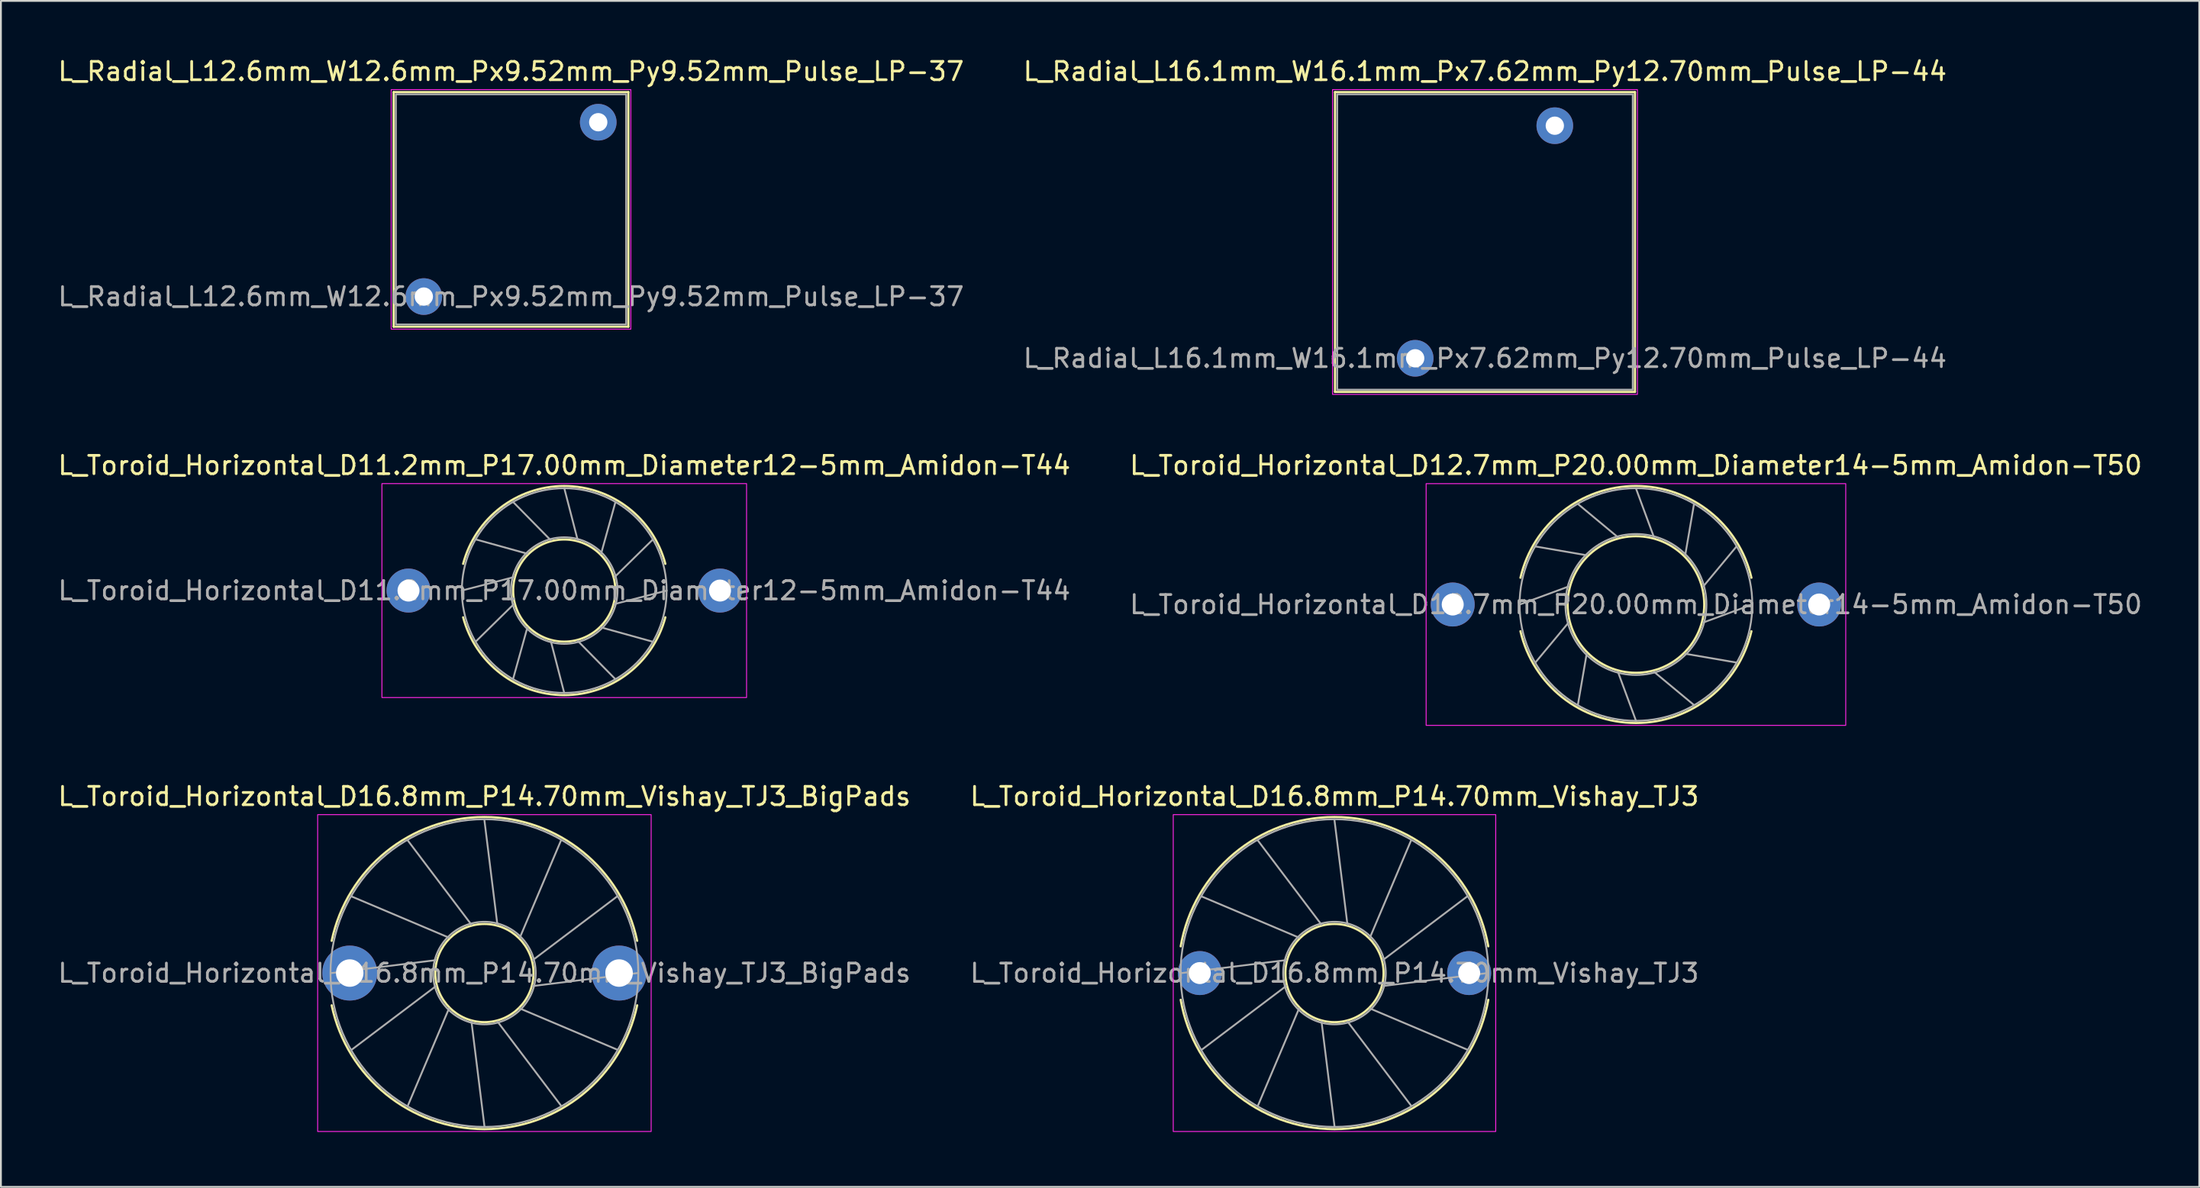
<source format=kicad_pcb>
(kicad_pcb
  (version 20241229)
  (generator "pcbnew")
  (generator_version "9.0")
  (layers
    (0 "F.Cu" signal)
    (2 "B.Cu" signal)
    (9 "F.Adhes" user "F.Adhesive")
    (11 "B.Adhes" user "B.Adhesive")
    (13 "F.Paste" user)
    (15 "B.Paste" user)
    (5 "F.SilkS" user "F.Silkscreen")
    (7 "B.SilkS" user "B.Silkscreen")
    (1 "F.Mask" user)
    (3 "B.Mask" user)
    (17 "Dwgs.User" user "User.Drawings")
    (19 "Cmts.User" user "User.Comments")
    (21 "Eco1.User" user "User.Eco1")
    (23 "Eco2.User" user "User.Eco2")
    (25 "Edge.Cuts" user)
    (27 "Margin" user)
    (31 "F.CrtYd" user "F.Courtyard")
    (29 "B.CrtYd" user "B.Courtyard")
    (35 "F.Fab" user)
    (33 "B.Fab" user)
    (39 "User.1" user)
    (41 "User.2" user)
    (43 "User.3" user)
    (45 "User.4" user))
  (footprint "L_Radial_L12.6mm_W12.6mm_Px9.52mm_Py9.52mm_Pulse_LP-37"
    (layer "F.Cu")
    (at 20.079 13.143)
    (property "Reference" "L_Radial_L12.6mm_W12.6mm_Px9.52mm_Py9.52mm_Pulse_LP-37" (at 4.76 -12.295 0) (layer "F.SilkS") (effects (font (size 1 1) (thickness 0.15))))
    (attr through_hole)
    (fp_line (start -1.645 -11.165) (end 11.165 -11.165) (stroke (width 0.12) (type solid)) (layer "F.SilkS"))
    (fp_line (start -1.645 1.645) (end -1.645 -11.165) (stroke (width 0.12) (type solid)) (layer "F.SilkS"))
    (fp_line (start 11.165 -11.165) (end 11.165 1.645) (stroke (width 0.12) (type solid)) (layer "F.SilkS"))
    (fp_line (start 11.165 1.645) (end -1.645 1.645) (stroke (width 0.12) (type solid)) (layer "F.SilkS"))
    (fp_rect (start -1.78 -11.3) (end 11.3 1.78) (stroke (width 0.05) (type solid)) (fill no) (layer "F.CrtYd"))
    (fp_rect (start -1.525 -11.045) (end 11.045 1.525) (stroke (width 0.1) (type solid)) (fill no) (layer "F.Fab"))
    (fp_text user "${REFERENCE}" (at 4.76 0 0) (layer "F.Fab") (effects (font (size 1 1) (thickness 0.15))))
    (pad "1" thru_hole circle (at 0 0) (size 2 2) (drill 1) (layers "*.Cu" "*.Mask"))
    (pad "2" thru_hole circle (at 9.52 -9.52) (size 2 2) (drill 1) (layers "*.Cu" "*.Mask")))
  (footprint "L_Toroid_Horizontal_D16.8mm_P14.70mm_Vishay_TJ3"
    (layer "F.Cu")
    (at 62.43 50.08)
    (property "Reference" "L_Toroid_Horizontal_D16.8mm_P14.70mm_Vishay_TJ3" (at 7.35 -9.65 0) (layer "F.SilkS") (effects (font (size 1 1) (thickness 0.15))))
    (attr through_hole)
    (fp_arc (start -1.043974 -1.46) (mid 7.35 -8.52) (end 15.743974 -1.46) (stroke (width 0.12) (type solid)) (layer "F.SilkS"))
    (fp_arc (start 15.743974 1.46) (mid 7.35 8.52) (end -1.043974 1.46) (stroke (width 0.12) (type solid)) (layer "F.SilkS"))
    (fp_circle (center 7.35 0) (end 10.03 0) (stroke (width 0.12) (type solid)) (fill no) (layer "F.SilkS"))
    (fp_rect (start -1.45 -8.65) (end 16.15 8.65) (stroke (width 0.05) (type solid)) (fill no) (layer "F.CrtYd"))
    (fp_line (start -1 0) (end 4.71 -0.708) (stroke (width 0.1) (type solid)) (layer "F.Fab"))
    (fp_line (start 0.119 -4.175) (end 5.417 -1.933) (stroke (width 0.1) (type solid)) (layer "F.Fab"))
    (fp_line (start 0.119 4.175) (end 4.71 0.708) (stroke (width 0.1) (type solid)) (layer "F.Fab"))
    (fp_line (start 3.175 -7.231) (end 6.642 -2.64) (stroke (width 0.1) (type solid)) (layer "F.Fab"))
    (fp_line (start 3.175 7.231) (end 5.417 1.933) (stroke (width 0.1) (type solid)) (layer "F.Fab"))
    (fp_line (start 7.35 -8.35) (end 8.058 -2.64) (stroke (width 0.1) (type solid)) (layer "F.Fab"))
    (fp_line (start 7.35 8.35) (end 6.642 2.64) (stroke (width 0.1) (type solid)) (layer "F.Fab"))
    (fp_line (start 11.525 -7.231) (end 9.283 -1.933) (stroke (width 0.1) (type solid)) (layer "F.Fab"))
    (fp_line (start 11.525 7.231) (end 8.058 2.64) (stroke (width 0.1) (type solid)) (layer "F.Fab"))
    (fp_line (start 14.581 -4.175) (end 9.99 -0.708) (stroke (width 0.1) (type solid)) (layer "F.Fab"))
    (fp_line (start 14.581 4.175) (end 9.283 1.933) (stroke (width 0.1) (type solid)) (layer "F.Fab"))
    (fp_line (start 15.7 0) (end 9.99 0.708) (stroke (width 0.1) (type solid)) (layer "F.Fab"))
    (fp_circle (center 7.35 0) (end 10.15 0) (stroke (width 0.1) (type solid)) (fill no) (layer "F.Fab"))
    (fp_circle (center 7.35 0) (end 15.75 0) (stroke (width 0.1) (type solid)) (fill no) (layer "F.Fab"))
    (fp_text user "${REFERENCE}" (at 7.35 0 0) (layer "F.Fab") (effects (font (size 1 1) (thickness 0.15))))
    (pad "1" thru_hole circle (at 0 0) (size 2.4 2.4) (drill 1.2) (layers "*.Cu" "*.Mask"))
    (pad "2" thru_hole circle (at 14.7 0) (size 2.4 2.4) (drill 1.2) (layers "*.Cu" "*.Mask")))
  (footprint "L_Toroid_Horizontal_D12.7mm_P20.00mm_Diameter14-5mm_Amidon-T50"
    (layer "F.Cu")
    (at 76.232 29.956)
    (property "Reference" "L_Toroid_Horizontal_D12.7mm_P20.00mm_Diameter14-5mm_Amidon-T50" (at 10 -7.6 0) (layer "F.SilkS") (effects (font (size 1 1) (thickness 0.15))))
    (attr through_hole)
    (fp_arc (start 3.696882 -1.46) (mid 10 -6.47) (end 16.303118 -1.46) (stroke (width 0.12) (type solid)) (layer "F.SilkS"))
    (fp_arc (start 16.303118 1.46) (mid 10 6.47) (end 3.696882 1.46) (stroke (width 0.12) (type solid)) (layer "F.SilkS"))
    (fp_circle (center 10 0) (end 13.728 0) (stroke (width 0.12) (type solid)) (fill no) (layer "F.SilkS"))
    (fp_rect (start -1.45 -6.6) (end 21.45 6.6) (stroke (width 0.05) (type solid)) (fill no) (layer "F.CrtYd"))
    (fp_line (start 3.659 0) (end 6.327 -0.984) (stroke (width 0.1) (type solid)) (layer "F.Fab"))
    (fp_line (start 4.509 -3.17) (end 7.311 -2.689) (stroke (width 0.1) (type solid)) (layer "F.Fab"))
    (fp_line (start 4.509 3.17) (end 6.327 0.984) (stroke (width 0.1) (type solid)) (layer "F.Fab"))
    (fp_line (start 6.83 -5.491) (end 9.016 -3.673) (stroke (width 0.1) (type solid)) (layer "F.Fab"))
    (fp_line (start 6.83 5.491) (end 7.311 2.689) (stroke (width 0.1) (type solid)) (layer "F.Fab"))
    (fp_line (start 10 -6.341) (end 10.984 -3.673) (stroke (width 0.1) (type solid)) (layer "F.Fab"))
    (fp_line (start 10 6.341) (end 9.016 3.673) (stroke (width 0.1) (type solid)) (layer "F.Fab"))
    (fp_line (start 13.17 -5.491) (end 12.689 -2.689) (stroke (width 0.1) (type solid)) (layer "F.Fab"))
    (fp_line (start 13.17 5.491) (end 10.984 3.673) (stroke (width 0.1) (type solid)) (layer "F.Fab"))
    (fp_line (start 15.491 -3.17) (end 13.673 -0.984) (stroke (width 0.1) (type solid)) (layer "F.Fab"))
    (fp_line (start 15.491 3.17) (end 12.689 2.689) (stroke (width 0.1) (type solid)) (layer "F.Fab"))
    (fp_line (start 16.341 0) (end 13.673 0.984) (stroke (width 0.1) (type solid)) (layer "F.Fab"))
    (fp_circle (center 10 0) (end 13.848 0) (stroke (width 0.1) (type solid)) (fill no) (layer "F.Fab"))
    (fp_circle (center 10 0) (end 16.35 0) (stroke (width 0.1) (type solid)) (fill no) (layer "F.Fab"))
    (fp_text user "${REFERENCE}" (at 10 0 0) (layer "F.Fab") (effects (font (size 1 1) (thickness 0.15))))
    (pad "1" thru_hole circle (at 0 0) (size 2.4 2.4) (drill 1.2) (layers "*.Cu" "*.Mask"))
    (pad "2" thru_hole circle (at 20 0) (size 2.4 2.4) (drill 1.2) (layers "*.Cu" "*.Mask")))
  (footprint "L_Toroid_Horizontal_D11.2mm_P17.00mm_Diameter12-5mm_Amidon-T44"
    (layer "F.Cu")
    (at 19.244 29.195)
    (property "Reference" "L_Toroid_Horizontal_D11.2mm_P17.00mm_Diameter12-5mm_Amidon-T44" (at 8.5 -6.838 0) (layer "F.SilkS") (effects (font (size 1 1) (thickness 0.15))))
    (attr through_hole)
    (fp_arc (start 2.981879 -1.46) (mid 8.5 -5.708) (end 14.018121 -1.46) (stroke (width 0.12) (type solid)) (layer "F.SilkS"))
    (fp_arc (start 14.018121 1.46) (mid 8.5 5.708) (end 2.981879 1.46) (stroke (width 0.12) (type solid)) (layer "F.SilkS"))
    (fp_circle (center 8.5 0) (end 11.288 0) (stroke (width 0.12) (type solid)) (fill no) (layer "F.SilkS"))
    (fp_rect (start -1.45 -5.84) (end 18.45 5.84) (stroke (width 0.05) (type solid)) (fill no) (layer "F.CrtYd"))
    (fp_line (start 2.906 0) (end 5.753 -0.736) (stroke (width 0.1) (type solid)) (layer "F.Fab"))
    (fp_line (start 3.656 -2.797) (end 6.489 -2.011) (stroke (width 0.1) (type solid)) (layer "F.Fab"))
    (fp_line (start 3.656 2.797) (end 5.753 0.736) (stroke (width 0.1) (type solid)) (layer "F.Fab"))
    (fp_line (start 5.703 -4.844) (end 7.764 -2.747) (stroke (width 0.1) (type solid)) (layer "F.Fab"))
    (fp_line (start 5.703 4.844) (end 6.489 2.011) (stroke (width 0.1) (type solid)) (layer "F.Fab"))
    (fp_line (start 8.5 -5.594) (end 9.236 -2.747) (stroke (width 0.1) (type solid)) (layer "F.Fab"))
    (fp_line (start 8.5 5.594) (end 7.764 2.747) (stroke (width 0.1) (type solid)) (layer "F.Fab"))
    (fp_line (start 11.297 -4.844) (end 10.511 -2.011) (stroke (width 0.1) (type solid)) (layer "F.Fab"))
    (fp_line (start 11.297 4.844) (end 9.236 2.747) (stroke (width 0.1) (type solid)) (layer "F.Fab"))
    (fp_line (start 13.344 -2.797) (end 11.247 -0.736) (stroke (width 0.1) (type solid)) (layer "F.Fab"))
    (fp_line (start 13.344 2.797) (end 10.511 2.011) (stroke (width 0.1) (type solid)) (layer "F.Fab"))
    (fp_line (start 14.094 0) (end 11.247 0.736) (stroke (width 0.1) (type solid)) (layer "F.Fab"))
    (fp_circle (center 8.5 0) (end 11.408 0) (stroke (width 0.1) (type solid)) (fill no) (layer "F.Fab"))
    (fp_circle (center 8.5 0) (end 14.088 0) (stroke (width 0.1) (type solid)) (fill no) (layer "F.Fab"))
    (fp_text user "${REFERENCE}" (at 8.5 0 0) (layer "F.Fab") (effects (font (size 1 1) (thickness 0.15))))
    (pad "1" thru_hole circle (at 0 0) (size 2.4 2.4) (drill 1.2) (layers "*.Cu" "*.Mask"))
    (pad "2" thru_hole circle (at 17 0) (size 2.4 2.4) (drill 1.2) (layers "*.Cu" "*.Mask")))
  (footprint "L_Radial_L16.1mm_W16.1mm_Px7.62mm_Py12.70mm_Pulse_LP-44"
    (layer "F.Cu")
    (at 74.184 16.513)
    (property "Reference" "L_Radial_L16.1mm_W16.1mm_Px7.62mm_Py12.70mm_Pulse_LP-44" (at 3.81 -15.665 0) (layer "F.SilkS") (effects (font (size 1 1) (thickness 0.15))))
    (attr through_hole)
    (fp_line (start -4.375 -14.535) (end 11.995 -14.535) (stroke (width 0.12) (type solid)) (layer "F.SilkS"))
    (fp_line (start -4.375 1.835) (end -4.375 -14.535) (stroke (width 0.12) (type solid)) (layer "F.SilkS"))
    (fp_line (start 11.995 -14.535) (end 11.995 1.835) (stroke (width 0.12) (type solid)) (layer "F.SilkS"))
    (fp_line (start 11.995 1.835) (end -4.375 1.835) (stroke (width 0.12) (type solid)) (layer "F.SilkS"))
    (fp_rect (start -4.51 -14.67) (end 12.13 1.97) (stroke (width 0.05) (type solid)) (fill no) (layer "F.CrtYd"))
    (fp_rect (start -4.255 -14.415) (end 11.875 1.715) (stroke (width 0.1) (type solid)) (fill no) (layer "F.Fab"))
    (fp_text user "${REFERENCE}" (at 3.81 0 0) (layer "F.Fab") (effects (font (size 1 1) (thickness 0.15))))
    (pad "1" thru_hole circle (at 0 0) (size 2 2) (drill 1) (layers "*.Cu" "*.Mask"))
    (pad "2" thru_hole circle (at 7.62 -12.7) (size 2 2) (drill 1) (layers "*.Cu" "*.Mask")))
  (footprint "L_Toroid_Horizontal_D16.8mm_P14.70mm_Vishay_TJ3_BigPads"
    (layer "F.Cu")
    (at 16.037 50.08)
    (property "Reference" "L_Toroid_Horizontal_D16.8mm_P14.70mm_Vishay_TJ3_BigPads" (at 7.35 -9.65 0) (layer "F.SilkS") (effects (font (size 1 1) (thickness 0.15))))
    (attr through_hole)
    (fp_arc (start -0.986234 -1.76) (mid 7.35 -8.52) (end 15.686234 -1.76) (stroke (width 0.12) (type solid)) (layer "F.SilkS"))
    (fp_arc (start 15.686234 1.76) (mid 7.35 8.52) (end -0.986234 1.76) (stroke (width 0.12) (type solid)) (layer "F.SilkS"))
    (fp_circle (center 7.35 0) (end 10.03 0) (stroke (width 0.12) (type solid)) (fill no) (layer "F.SilkS"))
    (fp_rect (start -1.75 -8.65) (end 16.45 8.65) (stroke (width 0.05) (type solid)) (fill no) (layer "F.CrtYd"))
    (fp_line (start -1 0) (end 4.71 -0.708) (stroke (width 0.1) (type solid)) (layer "F.Fab"))
    (fp_line (start 0.119 -4.175) (end 5.417 -1.933) (stroke (width 0.1) (type solid)) (layer "F.Fab"))
    (fp_line (start 0.119 4.175) (end 4.71 0.708) (stroke (width 0.1) (type solid)) (layer "F.Fab"))
    (fp_line (start 3.175 -7.231) (end 6.642 -2.64) (stroke (width 0.1) (type solid)) (layer "F.Fab"))
    (fp_line (start 3.175 7.231) (end 5.417 1.933) (stroke (width 0.1) (type solid)) (layer "F.Fab"))
    (fp_line (start 7.35 -8.35) (end 8.058 -2.64) (stroke (width 0.1) (type solid)) (layer "F.Fab"))
    (fp_line (start 7.35 8.35) (end 6.642 2.64) (stroke (width 0.1) (type solid)) (layer "F.Fab"))
    (fp_line (start 11.525 -7.231) (end 9.283 -1.933) (stroke (width 0.1) (type solid)) (layer "F.Fab"))
    (fp_line (start 11.525 7.231) (end 8.058 2.64) (stroke (width 0.1) (type solid)) (layer "F.Fab"))
    (fp_line (start 14.581 -4.175) (end 9.99 -0.708) (stroke (width 0.1) (type solid)) (layer "F.Fab"))
    (fp_line (start 14.581 4.175) (end 9.283 1.933) (stroke (width 0.1) (type solid)) (layer "F.Fab"))
    (fp_line (start 15.7 0) (end 9.99 0.708) (stroke (width 0.1) (type solid)) (layer "F.Fab"))
    (fp_circle (center 7.35 0) (end 10.15 0) (stroke (width 0.1) (type solid)) (fill no) (layer "F.Fab"))
    (fp_circle (center 7.35 0) (end 15.75 0) (stroke (width 0.1) (type solid)) (fill no) (layer "F.Fab"))
    (fp_text user "${REFERENCE}" (at 7.35 0 0) (layer "F.Fab") (effects (font (size 1 1) (thickness 0.15))))
    (pad "1" thru_hole circle (at 0 0) (size 3 3) (drill 1.5) (layers "*.Cu" "*.Mask"))
    (pad "2" thru_hole circle (at 14.7 0) (size 3 3) (drill 1.5) (layers "*.Cu" "*.Mask")))
  (gr_rect
    (start -3 -3)
    (end 116.976 61.755)
    (stroke (width 0.1) (type default))
    (fill no)
    (layer "Edge.Cuts")))
</source>
